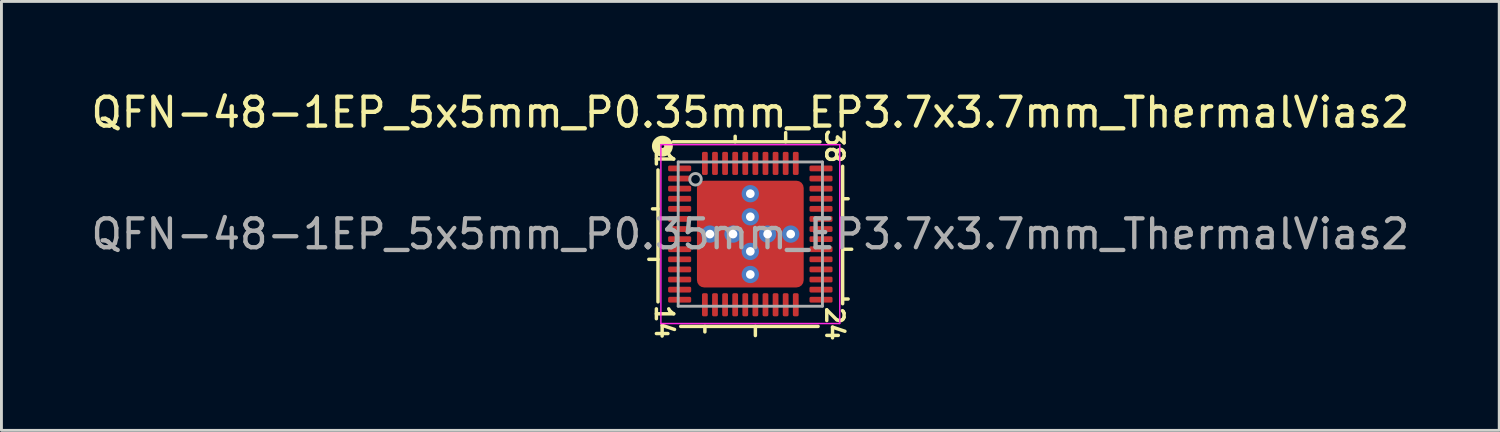
<source format=kicad_pcb>
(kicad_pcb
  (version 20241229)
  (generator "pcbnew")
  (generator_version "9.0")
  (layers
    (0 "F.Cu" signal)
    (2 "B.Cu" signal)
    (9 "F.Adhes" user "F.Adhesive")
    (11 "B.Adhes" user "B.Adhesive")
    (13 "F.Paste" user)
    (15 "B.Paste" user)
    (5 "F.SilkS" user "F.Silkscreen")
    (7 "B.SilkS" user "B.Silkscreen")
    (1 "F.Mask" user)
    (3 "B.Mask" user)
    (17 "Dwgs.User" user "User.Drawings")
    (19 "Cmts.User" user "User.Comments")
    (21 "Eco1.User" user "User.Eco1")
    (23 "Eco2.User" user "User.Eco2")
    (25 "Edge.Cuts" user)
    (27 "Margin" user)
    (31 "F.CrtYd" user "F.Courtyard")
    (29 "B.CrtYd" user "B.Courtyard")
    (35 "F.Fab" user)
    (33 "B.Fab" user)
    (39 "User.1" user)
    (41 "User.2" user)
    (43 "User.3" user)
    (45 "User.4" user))
  (footprint "QFN-48-1EP_5x5mm_P0.35mm_EP3.7x3.7mm_ThermalVias2"
    (layer "F.Cu")
    (at 22.958 5.064)
    (property "Reference" "QFN-48-1EP_5x5mm_P0.35mm_EP3.7x3.7mm_ThermalVias2" (at 0 -4.216 0) (layer "F.SilkS") (effects (font (size 1 1) (thickness 0.15))))
    (attr smd)
    (fp_line (start -3.2 -2.223) (end -3.2 2.349) (stroke (width 0.12) (type solid)) (layer "F.SilkS"))
    (fp_line (start -3.2 -0.875) (end -3.39 -0.875) (stroke (width 0.12) (type solid)) (layer "F.SilkS"))
    (fp_line (start -3.2 0.875) (end -3.518 0.875) (stroke (width 0.12) (type solid)) (layer "F.SilkS"))
    (fp_line (start -2.413 3.2) (end 2.349 3.2) (stroke (width 0.12) (type solid)) (layer "F.SilkS"))
    (fp_line (start -1.575 3.2) (end -1.575 3.39) (stroke (width 0.12) (type solid)) (layer "F.SilkS"))
    (fp_line (start -0.525 -3.2) (end -0.525 -3.39) (stroke (width 0.12) (type solid)) (layer "F.SilkS"))
    (fp_line (start 0.175 3.2) (end 0.175 3.518) (stroke (width 0.12) (type solid)) (layer "F.SilkS"))
    (fp_line (start 1.225 -3.2) (end 1.225 -3.518) (stroke (width 0.12) (type solid)) (layer "F.SilkS"))
    (fp_line (start 2.413 -3.2) (end -2.667 -3.2) (stroke (width 0.12) (type solid)) (layer "F.SilkS"))
    (fp_line (start 3.2 -1.225) (end 3.39 -1.225) (stroke (width 0.12) (type solid)) (layer "F.SilkS"))
    (fp_line (start 3.2 0.525) (end 3.514 0.525) (stroke (width 0.12) (type solid)) (layer "F.SilkS"))
    (fp_line (start 3.2 2.25) (end 3.39 2.25) (stroke (width 0.12) (type solid)) (layer "F.SilkS"))
    (fp_line (start 3.2 2.413) (end 3.2 -2.349) (stroke (width 0.12) (type solid)) (layer "F.SilkS"))
    (fp_circle (center -3.048 -3.048) (end -2.985 -3.048) (stroke (width 0.3) (type solid)) (fill no) (layer "F.SilkS"))
    (fp_line (start -3.1 -3.1) (end -3.1 3.1) (stroke (width 0.05) (type solid)) (layer "F.CrtYd"))
    (fp_line (start -3.1 3.1) (end 3.1 3.1) (stroke (width 0.05) (type solid)) (layer "F.CrtYd"))
    (fp_line (start 3.1 -3.1) (end -3.1 -3.1) (stroke (width 0.05) (type solid)) (layer "F.CrtYd"))
    (fp_line (start 3.1 3.1) (end 3.1 -3.1) (stroke (width 0.05) (type solid)) (layer "F.CrtYd"))
    (fp_line (start -2.5 -2.5) (end 2.5 -2.5) (stroke (width 0.1) (type solid)) (layer "F.Fab"))
    (fp_line (start -2.5 2.5) (end -2.5 -2.5) (stroke (width 0.1) (type solid)) (layer "F.Fab"))
    (fp_line (start 2.5 -2.5) (end 2.5 2.5) (stroke (width 0.1) (type solid)) (layer "F.Fab"))
    (fp_line (start 2.5 2.5) (end -2.5 2.5) (stroke (width 0.1) (type solid)) (layer "F.Fab"))
    (fp_circle (center -1.9 -1.9) (end -1.7 -1.9) (stroke (width 0.1) (type solid)) (fill no) (layer "F.Fab"))
    (fp_text user "24" (at 2.921 3.111 270) (unlocked yes) (layer "F.SilkS") (effects (font (size 0.6 0.6) (thickness 0.12))))
    (fp_text user "1" (at -2.985 -2.603 270) (unlocked yes) (layer "F.SilkS") (effects (font (size 0.6 0.6) (thickness 0.12))))
    (fp_text user "14" (at -2.985 3.048 270) (unlocked yes) (layer "F.SilkS") (effects (font (size 0.6 0.6) (thickness 0.12))))
    (fp_text user "38" (at 2.921 -3.048 270) (unlocked yes) (layer "F.SilkS") (effects (font (size 0.6 0.6) (thickness 0.12))))
    (fp_text user "${REFERENCE}" (at 0 0 0) (layer "F.Fab") (effects (font (size 1 1) (thickness 0.15))))
    (pad "" smd roundrect (at -1.375 -1.375) (size 0.5 0.5) (layers "F.Paste") (roundrect_rratio 0.25))
    (pad "" smd roundrect (at -1.375 -0.675) (size 0.5 0.5) (layers "F.Paste") (roundrect_rratio 0.25))
    (pad "" smd roundrect (at -1.375 0.675) (size 0.5 0.5) (layers "F.Paste") (roundrect_rratio 0.25))
    (pad "" smd roundrect (at -1.375 1.375) (size 0.5 0.5) (layers "F.Paste") (roundrect_rratio 0.25))
    (pad "" smd roundrect (at -1.025 -1.025 180) (size 1.45 1.45) (layers "F.Mask") (roundrect_rratio 0.172))
    (pad "" smd roundrect (at -1.025 1.025 180) (size 1.45 1.45) (layers "F.Mask") (roundrect_rratio 0.172))
    (pad "" smd roundrect (at -0.675 -1.375) (size 0.5 0.5) (layers "F.Paste") (roundrect_rratio 0.25))
    (pad "" smd roundrect (at -0.675 -0.675) (size 0.5 0.5) (layers "F.Paste") (roundrect_rratio 0.25))
    (pad "" smd roundrect (at -0.675 0.675) (size 0.5 0.5) (layers "F.Paste") (roundrect_rratio 0.25))
    (pad "" smd roundrect (at -0.675 1.375) (size 0.5 0.5) (layers "F.Paste") (roundrect_rratio 0.25))
    (pad "" smd roundrect (at 0.675 -1.375) (size 0.5 0.5) (layers "F.Paste") (roundrect_rratio 0.25))
    (pad "" smd roundrect (at 0.675 -0.675) (size 0.5 0.5) (layers "F.Paste") (roundrect_rratio 0.25))
    (pad "" smd roundrect (at 0.675 0.675) (size 0.5 0.5) (layers "F.Paste") (roundrect_rratio 0.25))
    (pad "" smd roundrect (at 0.675 1.375) (size 0.5 0.5) (layers "F.Paste") (roundrect_rratio 0.25))
    (pad "" smd roundrect (at 1.025 -1.025 270) (size 1.45 1.45) (layers "F.Mask") (roundrect_rratio 0.172))
    (pad "" smd roundrect (at 1.025 1.025 180) (size 1.45 1.45) (layers "F.Mask") (roundrect_rratio 0.172))
    (pad "" smd roundrect (at 1.375 -1.375) (size 0.5 0.5) (layers "F.Paste") (roundrect_rratio 0.25))
    (pad "" smd roundrect (at 1.375 -0.675) (size 0.5 0.5) (layers "F.Paste") (roundrect_rratio 0.25))
    (pad "" smd roundrect (at 1.375 0.675) (size 0.5 0.5) (layers "F.Paste") (roundrect_rratio 0.25))
    (pad "" smd roundrect (at 1.375 1.375) (size 0.5 0.5) (layers "F.Paste") (roundrect_rratio 0.25))
    (pad "1" smd roundrect (at -2.45 -2.275) (size 0.8 0.2) (layers "F.Cu" "F.Mask" "F.Paste") (roundrect_rratio 0.25))
    (pad "2" smd roundrect (at -2.45 -1.925) (size 0.8 0.2) (layers "F.Cu" "F.Mask" "F.Paste") (roundrect_rratio 0.25))
    (pad "3" smd roundrect (at -2.45 -1.575) (size 0.8 0.2) (layers "F.Cu" "F.Mask" "F.Paste") (roundrect_rratio 0.25))
    (pad "4" smd roundrect (at -2.45 -1.225) (size 0.8 0.2) (layers "F.Cu" "F.Mask" "F.Paste") (roundrect_rratio 0.25))
    (pad "5" smd roundrect (at -2.45 -0.875) (size 0.8 0.2) (layers "F.Cu" "F.Mask" "F.Paste") (roundrect_rratio 0.25))
    (pad "6" smd roundrect (at -2.45 -0.525) (size 0.8 0.2) (layers "F.Cu" "F.Mask" "F.Paste") (roundrect_rratio 0.25))
    (pad "7" smd roundrect (at -2.45 -0.175) (size 0.8 0.2) (layers "F.Cu" "F.Mask" "F.Paste") (roundrect_rratio 0.25))
    (pad "8" smd roundrect (at -2.45 0.175) (size 0.8 0.2) (layers "F.Cu" "F.Mask" "F.Paste") (roundrect_rratio 0.25))
    (pad "9" smd roundrect (at -2.45 0.525) (size 0.8 0.2) (layers "F.Cu" "F.Mask" "F.Paste") (roundrect_rratio 0.25))
    (pad "10" smd roundrect (at -2.45 0.875) (size 0.8 0.2) (layers "F.Cu" "F.Mask" "F.Paste") (roundrect_rratio 0.25))
    (pad "11" smd roundrect (at -2.45 1.225) (size 0.8 0.2) (layers "F.Cu" "F.Mask" "F.Paste") (roundrect_rratio 0.25))
    (pad "12" smd roundrect (at -2.45 1.575) (size 0.8 0.2) (layers "F.Cu" "F.Mask" "F.Paste") (roundrect_rratio 0.25))
    (pad "13" smd roundrect (at -2.45 1.925) (size 0.8 0.2) (layers "F.Cu" "F.Mask" "F.Paste") (roundrect_rratio 0.25))
    (pad "14" smd roundrect (at -2.45 2.275) (size 0.8 0.2) (layers "F.Cu" "F.Mask" "F.Paste") (roundrect_rratio 0.25))
    (pad "15" smd roundrect (at -1.575 2.45) (size 0.2 0.8) (layers "F.Cu" "F.Mask" "F.Paste") (roundrect_rratio 0.25))
    (pad "16" smd roundrect (at -1.225 2.45) (size 0.2 0.8) (layers "F.Cu" "F.Mask" "F.Paste") (roundrect_rratio 0.25))
    (pad "17" smd roundrect (at -0.875 2.45) (size 0.2 0.8) (layers "F.Cu" "F.Mask" "F.Paste") (roundrect_rratio 0.25))
    (pad "18" smd roundrect (at -0.525 2.45) (size 0.2 0.8) (layers "F.Cu" "F.Mask" "F.Paste") (roundrect_rratio 0.25))
    (pad "19" smd roundrect (at -0.175 2.45) (size 0.2 0.8) (layers "F.Cu" "F.Mask" "F.Paste") (roundrect_rratio 0.25))
    (pad "20" smd roundrect (at 0.175 2.45) (size 0.2 0.8) (layers "F.Cu" "F.Mask" "F.Paste") (roundrect_rratio 0.25))
    (pad "21" smd roundrect (at 0.525 2.45) (size 0.2 0.8) (layers "F.Cu" "F.Mask" "F.Paste") (roundrect_rratio 0.25))
    (pad "22" smd roundrect (at 0.875 2.45) (size 0.2 0.8) (layers "F.Cu" "F.Mask" "F.Paste") (roundrect_rratio 0.25))
    (pad "23" smd roundrect (at 1.225 2.45) (size 0.2 0.8) (layers "F.Cu" "F.Mask" "F.Paste") (roundrect_rratio 0.25))
    (pad "24" smd roundrect (at 1.575 2.45) (size 0.2 0.8) (layers "F.Cu" "F.Mask" "F.Paste") (roundrect_rratio 0.25))
    (pad "25" smd roundrect (at 2.45 2.275) (size 0.8 0.2) (layers "F.Cu" "F.Mask" "F.Paste") (roundrect_rratio 0.25))
    (pad "26" smd roundrect (at 2.45 1.925) (size 0.8 0.2) (layers "F.Cu" "F.Mask" "F.Paste") (roundrect_rratio 0.25))
    (pad "27" smd roundrect (at 2.45 1.575) (size 0.8 0.2) (layers "F.Cu" "F.Mask" "F.Paste") (roundrect_rratio 0.25))
    (pad "28" smd roundrect (at 2.45 1.225) (size 0.8 0.2) (layers "F.Cu" "F.Mask" "F.Paste") (roundrect_rratio 0.25))
    (pad "29" smd roundrect (at 2.45 0.875) (size 0.8 0.2) (layers "F.Cu" "F.Mask" "F.Paste") (roundrect_rratio 0.25))
    (pad "30" smd roundrect (at 2.45 0.525) (size 0.8 0.2) (layers "F.Cu" "F.Mask" "F.Paste") (roundrect_rratio 0.25))
    (pad "31" smd roundrect (at 2.45 0.175) (size 0.8 0.2) (layers "F.Cu" "F.Mask" "F.Paste") (roundrect_rratio 0.25))
    (pad "32" smd roundrect (at 2.45 -0.175) (size 0.8 0.2) (layers "F.Cu" "F.Mask" "F.Paste") (roundrect_rratio 0.25))
    (pad "33" smd roundrect (at 2.45 -0.525) (size 0.8 0.2) (layers "F.Cu" "F.Mask" "F.Paste") (roundrect_rratio 0.25))
    (pad "34" smd roundrect (at 2.45 -0.875) (size 0.8 0.2) (layers "F.Cu" "F.Mask" "F.Paste") (roundrect_rratio 0.25))
    (pad "35" smd roundrect (at 2.45 -1.225) (size 0.8 0.2) (layers "F.Cu" "F.Mask" "F.Paste") (roundrect_rratio 0.25))
    (pad "36" smd roundrect (at 2.45 -1.575) (size 0.8 0.2) (layers "F.Cu" "F.Mask" "F.Paste") (roundrect_rratio 0.25))
    (pad "37" smd roundrect (at 2.45 -1.925) (size 0.8 0.2) (layers "F.Cu" "F.Mask" "F.Paste") (roundrect_rratio 0.25))
    (pad "38" smd roundrect (at 2.45 -2.275) (size 0.8 0.2) (layers "F.Cu" "F.Mask" "F.Paste") (roundrect_rratio 0.25))
    (pad "39" smd roundrect (at 1.575 -2.45) (size 0.2 0.8) (layers "F.Cu" "F.Mask" "F.Paste") (roundrect_rratio 0.25))
    (pad "40" smd roundrect (at 1.225 -2.45) (size 0.2 0.8) (layers "F.Cu" "F.Mask" "F.Paste") (roundrect_rratio 0.25))
    (pad "41" smd roundrect (at 0.875 -2.45) (size 0.2 0.8) (layers "F.Cu" "F.Mask" "F.Paste") (roundrect_rratio 0.25))
    (pad "42" smd roundrect (at 0.525 -2.45) (size 0.2 0.8) (layers "F.Cu" "F.Mask" "F.Paste") (roundrect_rratio 0.25))
    (pad "43" smd roundrect (at 0.175 -2.45) (size 0.2 0.8) (layers "F.Cu" "F.Mask" "F.Paste") (roundrect_rratio 0.25))
    (pad "44" smd roundrect (at -0.175 -2.45) (size 0.2 0.8) (layers "F.Cu" "F.Mask" "F.Paste") (roundrect_rratio 0.25))
    (pad "45" smd roundrect (at -0.525 -2.45) (size 0.2 0.8) (layers "F.Cu" "F.Mask" "F.Paste") (roundrect_rratio 0.25))
    (pad "46" smd roundrect (at -0.875 -2.45) (size 0.2 0.8) (layers "F.Cu" "F.Mask" "F.Paste") (roundrect_rratio 0.25))
    (pad "47" smd roundrect (at -1.225 -2.45) (size 0.2 0.8) (layers "F.Cu" "F.Mask" "F.Paste") (roundrect_rratio 0.25))
    (pad "48" smd roundrect (at -1.575 -2.45) (size 0.2 0.8) (layers "F.Cu" "F.Mask" "F.Paste") (roundrect_rratio 0.25))
    (pad "49" thru_hole circle (at -1.4 0) (size 0.6 0.6) (drill 0.3) (property pad_prop_heatsink) (layers "*.Cu" "*.Mask"))
    (pad "49" thru_hole circle (at -0.6 0) (size 0.6 0.6) (drill 0.3) (property pad_prop_heatsink) (layers "*.Cu" "*.Mask"))
    (pad "49" thru_hole circle (at 0 -1.4) (size 0.6 0.6) (drill 0.3) (property pad_prop_heatsink) (layers "*.Cu" "*.Mask"))
    (pad "49" thru_hole circle (at 0 -0.6) (size 0.6 0.6) (drill 0.3) (property pad_prop_heatsink) (layers "*.Cu" "*.Mask"))
    (pad "49" smd roundrect (at 0 0) (size 3.7 3.7) (layers "F.Cu") (roundrect_rratio 0.068))
    (pad "49" thru_hole circle (at 0 0.6) (size 0.6 0.6) (drill 0.3) (property pad_prop_heatsink) (layers "*.Cu" "*.Mask"))
    (pad "49" thru_hole circle (at 0 1.4) (size 0.6 0.6) (drill 0.3) (property pad_prop_heatsink) (layers "*.Cu" "*.Mask"))
    (pad "49" thru_hole circle (at 0.6 0) (size 0.6 0.6) (drill 0.3) (property pad_prop_heatsink) (layers "*.Cu" "*.Mask"))
    (pad "49" thru_hole circle (at 1.4 0) (size 0.6 0.6) (drill 0.3) (property pad_prop_heatsink) (layers "*.Cu" "*.Mask")))
  (gr_rect
    (start -3 -3)
    (end 48.917 11.867)
    (stroke (width 0.1) (type default))
    (fill no)
    (layer "Edge.Cuts")))
</source>
